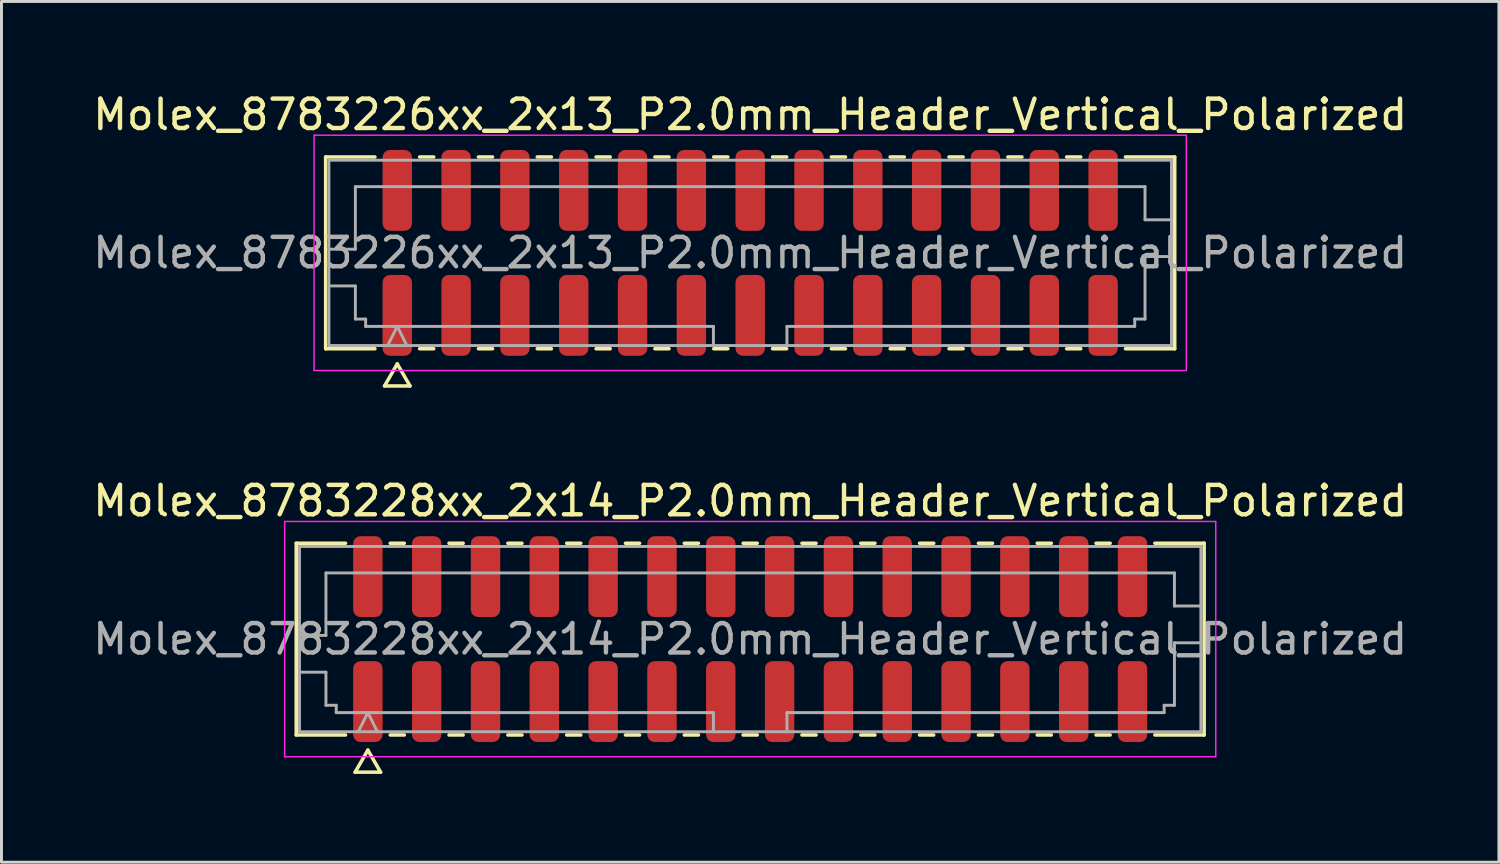
<source format=kicad_pcb>
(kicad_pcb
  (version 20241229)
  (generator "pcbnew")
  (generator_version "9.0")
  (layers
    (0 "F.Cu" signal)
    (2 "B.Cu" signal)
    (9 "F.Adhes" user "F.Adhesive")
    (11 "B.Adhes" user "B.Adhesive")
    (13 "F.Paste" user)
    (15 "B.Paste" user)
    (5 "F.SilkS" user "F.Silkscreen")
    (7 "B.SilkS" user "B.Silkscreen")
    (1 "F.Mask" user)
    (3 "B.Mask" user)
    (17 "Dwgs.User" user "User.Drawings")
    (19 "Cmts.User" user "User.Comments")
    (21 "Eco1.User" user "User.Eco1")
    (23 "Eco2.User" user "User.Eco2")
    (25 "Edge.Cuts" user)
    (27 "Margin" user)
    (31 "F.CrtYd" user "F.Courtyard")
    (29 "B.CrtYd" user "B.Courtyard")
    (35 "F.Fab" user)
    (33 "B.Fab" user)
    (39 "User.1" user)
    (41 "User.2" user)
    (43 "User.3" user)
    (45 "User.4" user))
  (footprint "Molex_8783228xx_2x14_P2.0mm_Header_Vertical_Polarized"
    (layer "F.Cu")
    (at 22.458 18.681)
    (property "Reference" "Molex_8783228xx_2x14_P2.0mm_Header_Vertical_Polarized" (at 0 -4.7 0) (layer "F.SilkS") (effects (font (size 1 1) (thickness 0.15))))
    (attr smd)
    (fp_line (start -15.435 -3.26) (end -13.76 -3.26) (stroke (width 0.12) (type solid)) (layer "F.SilkS"))
    (fp_line (start -15.435 3.26) (end -15.435 -3.26) (stroke (width 0.12) (type solid)) (layer "F.SilkS"))
    (fp_line (start -13.76 3.26) (end -15.435 3.26) (stroke (width 0.12) (type solid)) (layer "F.SilkS"))
    (fp_line (start -13.433 4.525) (end -13 3.775) (stroke (width 0.12) (type solid)) (layer "F.SilkS"))
    (fp_line (start -13 3.775) (end -12.567 4.525) (stroke (width 0.12) (type solid)) (layer "F.SilkS"))
    (fp_line (start -12.567 4.525) (end -13.433 4.525) (stroke (width 0.12) (type solid)) (layer "F.SilkS"))
    (fp_line (start -12.24 -3.26) (end -11.76 -3.26) (stroke (width 0.12) (type solid)) (layer "F.SilkS"))
    (fp_line (start -11.76 3.26) (end -12.24 3.26) (stroke (width 0.12) (type solid)) (layer "F.SilkS"))
    (fp_line (start -10.24 -3.26) (end -9.76 -3.26) (stroke (width 0.12) (type solid)) (layer "F.SilkS"))
    (fp_line (start -9.76 3.26) (end -10.24 3.26) (stroke (width 0.12) (type solid)) (layer "F.SilkS"))
    (fp_line (start -8.24 -3.26) (end -7.76 -3.26) (stroke (width 0.12) (type solid)) (layer "F.SilkS"))
    (fp_line (start -7.76 3.26) (end -8.24 3.26) (stroke (width 0.12) (type solid)) (layer "F.SilkS"))
    (fp_line (start -6.24 -3.26) (end -5.76 -3.26) (stroke (width 0.12) (type solid)) (layer "F.SilkS"))
    (fp_line (start -5.76 3.26) (end -6.24 3.26) (stroke (width 0.12) (type solid)) (layer "F.SilkS"))
    (fp_line (start -4.24 -3.26) (end -3.76 -3.26) (stroke (width 0.12) (type solid)) (layer "F.SilkS"))
    (fp_line (start -3.76 3.26) (end -4.24 3.26) (stroke (width 0.12) (type solid)) (layer "F.SilkS"))
    (fp_line (start -2.24 -3.26) (end -1.76 -3.26) (stroke (width 0.12) (type solid)) (layer "F.SilkS"))
    (fp_line (start -1.76 3.26) (end -2.24 3.26) (stroke (width 0.12) (type solid)) (layer "F.SilkS"))
    (fp_line (start -0.24 -3.26) (end 0.24 -3.26) (stroke (width 0.12) (type solid)) (layer "F.SilkS"))
    (fp_line (start 0.24 3.26) (end -0.24 3.26) (stroke (width 0.12) (type solid)) (layer "F.SilkS"))
    (fp_line (start 1.76 -3.26) (end 2.24 -3.26) (stroke (width 0.12) (type solid)) (layer "F.SilkS"))
    (fp_line (start 2.24 3.26) (end 1.76 3.26) (stroke (width 0.12) (type solid)) (layer "F.SilkS"))
    (fp_line (start 3.76 -3.26) (end 4.24 -3.26) (stroke (width 0.12) (type solid)) (layer "F.SilkS"))
    (fp_line (start 4.24 3.26) (end 3.76 3.26) (stroke (width 0.12) (type solid)) (layer "F.SilkS"))
    (fp_line (start 5.76 -3.26) (end 6.24 -3.26) (stroke (width 0.12) (type solid)) (layer "F.SilkS"))
    (fp_line (start 6.24 3.26) (end 5.76 3.26) (stroke (width 0.12) (type solid)) (layer "F.SilkS"))
    (fp_line (start 7.76 -3.26) (end 8.24 -3.26) (stroke (width 0.12) (type solid)) (layer "F.SilkS"))
    (fp_line (start 8.24 3.26) (end 7.76 3.26) (stroke (width 0.12) (type solid)) (layer "F.SilkS"))
    (fp_line (start 9.76 -3.26) (end 10.24 -3.26) (stroke (width 0.12) (type solid)) (layer "F.SilkS"))
    (fp_line (start 10.24 3.26) (end 9.76 3.26) (stroke (width 0.12) (type solid)) (layer "F.SilkS"))
    (fp_line (start 11.76 -3.26) (end 12.24 -3.26) (stroke (width 0.12) (type solid)) (layer "F.SilkS"))
    (fp_line (start 12.24 3.26) (end 11.76 3.26) (stroke (width 0.12) (type solid)) (layer "F.SilkS"))
    (fp_line (start 13.76 -3.26) (end 15.435 -3.26) (stroke (width 0.12) (type solid)) (layer "F.SilkS"))
    (fp_line (start 15.435 -3.26) (end 15.435 3.26) (stroke (width 0.12) (type solid)) (layer "F.SilkS"))
    (fp_line (start 15.435 3.26) (end 13.76 3.26) (stroke (width 0.12) (type solid)) (layer "F.SilkS"))
    (fp_line (start -15.83 -4) (end -15.83 4) (stroke (width 0.05) (type solid)) (layer "F.CrtYd"))
    (fp_line (start -15.83 4) (end 15.83 4) (stroke (width 0.05) (type solid)) (layer "F.CrtYd"))
    (fp_line (start 15.83 -4) (end -15.83 -4) (stroke (width 0.05) (type solid)) (layer "F.CrtYd"))
    (fp_line (start 15.83 4) (end 15.83 -4) (stroke (width 0.05) (type solid)) (layer "F.CrtYd"))
    (fp_line (start -15.325 -3.15) (end 15.325 -3.15) (stroke (width 0.1) (type solid)) (layer "F.Fab"))
    (fp_line (start -15.325 -0.125) (end -14.425 -0.125) (stroke (width 0.1) (type solid)) (layer "F.Fab"))
    (fp_line (start -15.325 1.125) (end -14.425 1.125) (stroke (width 0.1) (type solid)) (layer "F.Fab"))
    (fp_line (start -15.325 3.15) (end -15.325 -3.15) (stroke (width 0.1) (type solid)) (layer "F.Fab"))
    (fp_line (start -14.425 -2.25) (end 14.425 -2.25) (stroke (width 0.1) (type solid)) (layer "F.Fab"))
    (fp_line (start -14.425 -0.125) (end -14.425 -2.25) (stroke (width 0.1) (type solid)) (layer "F.Fab"))
    (fp_line (start -14.425 1.125) (end -14.425 2.25) (stroke (width 0.1) (type solid)) (layer "F.Fab"))
    (fp_line (start -14.425 2.25) (end -14.075 2.25) (stroke (width 0.1) (type solid)) (layer "F.Fab"))
    (fp_line (start -14.075 2.25) (end -14.075 2.5) (stroke (width 0.1) (type solid)) (layer "F.Fab"))
    (fp_line (start -14.075 2.5) (end -1.25 2.5) (stroke (width 0.1) (type solid)) (layer "F.Fab"))
    (fp_line (start -13.325 3.15) (end -13 2.5) (stroke (width 0.1) (type solid)) (layer "F.Fab"))
    (fp_line (start -13 2.5) (end -12.675 3.15) (stroke (width 0.1) (type solid)) (layer "F.Fab"))
    (fp_line (start -1.25 2.5) (end -1.25 3.15) (stroke (width 0.1) (type solid)) (layer "F.Fab"))
    (fp_line (start 1.25 2.5) (end 1.25 3.15) (stroke (width 0.1) (type solid)) (layer "F.Fab"))
    (fp_line (start 1.25 2.5) (end 14.075 2.5) (stroke (width 0.1) (type solid)) (layer "F.Fab"))
    (fp_line (start 14.075 2.25) (end 14.425 2.25) (stroke (width 0.1) (type solid)) (layer "F.Fab"))
    (fp_line (start 14.075 2.5) (end 14.075 2.25) (stroke (width 0.1) (type solid)) (layer "F.Fab"))
    (fp_line (start 14.425 -2.25) (end 14.425 -1.125) (stroke (width 0.1) (type solid)) (layer "F.Fab"))
    (fp_line (start 14.425 -1.125) (end 15.325 -1.125) (stroke (width 0.1) (type solid)) (layer "F.Fab"))
    (fp_line (start 14.425 0.125) (end 15.325 0.125) (stroke (width 0.1) (type solid)) (layer "F.Fab"))
    (fp_line (start 14.425 2.25) (end 14.425 0.125) (stroke (width 0.1) (type solid)) (layer "F.Fab"))
    (fp_line (start 15.325 -3.15) (end 15.325 3.15) (stroke (width 0.1) (type solid)) (layer "F.Fab"))
    (fp_line (start 15.325 3.15) (end -15.325 3.15) (stroke (width 0.1) (type solid)) (layer "F.Fab"))
    (fp_text user "${REFERENCE}" (at 0 0 0) (layer "F.Fab") (effects (font (size 1 1) (thickness 0.15))))
    (pad "1" smd roundrect (at -13 2.125) (size 1 2.75) (layers "F.Cu" "F.Mask" "F.Paste") (roundrect_rratio 0.25))
    (pad "2" smd roundrect (at -13 -2.125) (size 1 2.75) (layers "F.Cu" "F.Mask" "F.Paste") (roundrect_rratio 0.25))
    (pad "3" smd roundrect (at -11 2.125) (size 1 2.75) (layers "F.Cu" "F.Mask" "F.Paste") (roundrect_rratio 0.25))
    (pad "4" smd roundrect (at -11 -2.125) (size 1 2.75) (layers "F.Cu" "F.Mask" "F.Paste") (roundrect_rratio 0.25))
    (pad "5" smd roundrect (at -9 2.125) (size 1 2.75) (layers "F.Cu" "F.Mask" "F.Paste") (roundrect_rratio 0.25))
    (pad "6" smd roundrect (at -9 -2.125) (size 1 2.75) (layers "F.Cu" "F.Mask" "F.Paste") (roundrect_rratio 0.25))
    (pad "7" smd roundrect (at -7 2.125) (size 1 2.75) (layers "F.Cu" "F.Mask" "F.Paste") (roundrect_rratio 0.25))
    (pad "8" smd roundrect (at -7 -2.125) (size 1 2.75) (layers "F.Cu" "F.Mask" "F.Paste") (roundrect_rratio 0.25))
    (pad "9" smd roundrect (at -5 2.125) (size 1 2.75) (layers "F.Cu" "F.Mask" "F.Paste") (roundrect_rratio 0.25))
    (pad "10" smd roundrect (at -5 -2.125) (size 1 2.75) (layers "F.Cu" "F.Mask" "F.Paste") (roundrect_rratio 0.25))
    (pad "11" smd roundrect (at -3 2.125) (size 1 2.75) (layers "F.Cu" "F.Mask" "F.Paste") (roundrect_rratio 0.25))
    (pad "12" smd roundrect (at -3 -2.125) (size 1 2.75) (layers "F.Cu" "F.Mask" "F.Paste") (roundrect_rratio 0.25))
    (pad "13" smd roundrect (at -1 2.125) (size 1 2.75) (layers "F.Cu" "F.Mask" "F.Paste") (roundrect_rratio 0.25))
    (pad "14" smd roundrect (at -1 -2.125) (size 1 2.75) (layers "F.Cu" "F.Mask" "F.Paste") (roundrect_rratio 0.25))
    (pad "15" smd roundrect (at 1 2.125) (size 1 2.75) (layers "F.Cu" "F.Mask" "F.Paste") (roundrect_rratio 0.25))
    (pad "16" smd roundrect (at 1 -2.125) (size 1 2.75) (layers "F.Cu" "F.Mask" "F.Paste") (roundrect_rratio 0.25))
    (pad "17" smd roundrect (at 3 2.125) (size 1 2.75) (layers "F.Cu" "F.Mask" "F.Paste") (roundrect_rratio 0.25))
    (pad "18" smd roundrect (at 3 -2.125) (size 1 2.75) (layers "F.Cu" "F.Mask" "F.Paste") (roundrect_rratio 0.25))
    (pad "19" smd roundrect (at 5 2.125) (size 1 2.75) (layers "F.Cu" "F.Mask" "F.Paste") (roundrect_rratio 0.25))
    (pad "20" smd roundrect (at 5 -2.125) (size 1 2.75) (layers "F.Cu" "F.Mask" "F.Paste") (roundrect_rratio 0.25))
    (pad "21" smd roundrect (at 7 2.125) (size 1 2.75) (layers "F.Cu" "F.Mask" "F.Paste") (roundrect_rratio 0.25))
    (pad "22" smd roundrect (at 7 -2.125) (size 1 2.75) (layers "F.Cu" "F.Mask" "F.Paste") (roundrect_rratio 0.25))
    (pad "23" smd roundrect (at 9 2.125) (size 1 2.75) (layers "F.Cu" "F.Mask" "F.Paste") (roundrect_rratio 0.25))
    (pad "24" smd roundrect (at 9 -2.125) (size 1 2.75) (layers "F.Cu" "F.Mask" "F.Paste") (roundrect_rratio 0.25))
    (pad "25" smd roundrect (at 11 2.125) (size 1 2.75) (layers "F.Cu" "F.Mask" "F.Paste") (roundrect_rratio 0.25))
    (pad "26" smd roundrect (at 11 -2.125) (size 1 2.75) (layers "F.Cu" "F.Mask" "F.Paste") (roundrect_rratio 0.25))
    (pad "27" smd roundrect (at 13 2.125) (size 1 2.75) (layers "F.Cu" "F.Mask" "F.Paste") (roundrect_rratio 0.25))
    (pad "28" smd roundrect (at 13 -2.125) (size 1 2.75) (layers "F.Cu" "F.Mask" "F.Paste") (roundrect_rratio 0.25)))
  (footprint "Molex_8783226xx_2x13_P2.0mm_Header_Vertical_Polarized"
    (layer "F.Cu")
    (at 22.458 5.548)
    (property "Reference" "Molex_8783226xx_2x13_P2.0mm_Header_Vertical_Polarized" (at 0 -4.7 0) (layer "F.SilkS") (effects (font (size 1 1) (thickness 0.15))))
    (attr smd)
    (fp_line (start -14.435 -3.26) (end -12.76 -3.26) (stroke (width 0.12) (type solid)) (layer "F.SilkS"))
    (fp_line (start -14.435 3.26) (end -14.435 -3.26) (stroke (width 0.12) (type solid)) (layer "F.SilkS"))
    (fp_line (start -12.76 3.26) (end -14.435 3.26) (stroke (width 0.12) (type solid)) (layer "F.SilkS"))
    (fp_line (start -12.433 4.525) (end -12 3.775) (stroke (width 0.12) (type solid)) (layer "F.SilkS"))
    (fp_line (start -12 3.775) (end -11.567 4.525) (stroke (width 0.12) (type solid)) (layer "F.SilkS"))
    (fp_line (start -11.567 4.525) (end -12.433 4.525) (stroke (width 0.12) (type solid)) (layer "F.SilkS"))
    (fp_line (start -11.24 -3.26) (end -10.76 -3.26) (stroke (width 0.12) (type solid)) (layer "F.SilkS"))
    (fp_line (start -10.76 3.26) (end -11.24 3.26) (stroke (width 0.12) (type solid)) (layer "F.SilkS"))
    (fp_line (start -9.24 -3.26) (end -8.76 -3.26) (stroke (width 0.12) (type solid)) (layer "F.SilkS"))
    (fp_line (start -8.76 3.26) (end -9.24 3.26) (stroke (width 0.12) (type solid)) (layer "F.SilkS"))
    (fp_line (start -7.24 -3.26) (end -6.76 -3.26) (stroke (width 0.12) (type solid)) (layer "F.SilkS"))
    (fp_line (start -6.76 3.26) (end -7.24 3.26) (stroke (width 0.12) (type solid)) (layer "F.SilkS"))
    (fp_line (start -5.24 -3.26) (end -4.76 -3.26) (stroke (width 0.12) (type solid)) (layer "F.SilkS"))
    (fp_line (start -4.76 3.26) (end -5.24 3.26) (stroke (width 0.12) (type solid)) (layer "F.SilkS"))
    (fp_line (start -3.24 -3.26) (end -2.76 -3.26) (stroke (width 0.12) (type solid)) (layer "F.SilkS"))
    (fp_line (start -2.76 3.26) (end -3.24 3.26) (stroke (width 0.12) (type solid)) (layer "F.SilkS"))
    (fp_line (start -1.24 -3.26) (end -0.76 -3.26) (stroke (width 0.12) (type solid)) (layer "F.SilkS"))
    (fp_line (start -0.76 3.26) (end -1.24 3.26) (stroke (width 0.12) (type solid)) (layer "F.SilkS"))
    (fp_line (start 0.76 -3.26) (end 1.24 -3.26) (stroke (width 0.12) (type solid)) (layer "F.SilkS"))
    (fp_line (start 1.24 3.26) (end 0.76 3.26) (stroke (width 0.12) (type solid)) (layer "F.SilkS"))
    (fp_line (start 2.76 -3.26) (end 3.24 -3.26) (stroke (width 0.12) (type solid)) (layer "F.SilkS"))
    (fp_line (start 3.24 3.26) (end 2.76 3.26) (stroke (width 0.12) (type solid)) (layer "F.SilkS"))
    (fp_line (start 4.76 -3.26) (end 5.24 -3.26) (stroke (width 0.12) (type solid)) (layer "F.SilkS"))
    (fp_line (start 5.24 3.26) (end 4.76 3.26) (stroke (width 0.12) (type solid)) (layer "F.SilkS"))
    (fp_line (start 6.76 -3.26) (end 7.24 -3.26) (stroke (width 0.12) (type solid)) (layer "F.SilkS"))
    (fp_line (start 7.24 3.26) (end 6.76 3.26) (stroke (width 0.12) (type solid)) (layer "F.SilkS"))
    (fp_line (start 8.76 -3.26) (end 9.24 -3.26) (stroke (width 0.12) (type solid)) (layer "F.SilkS"))
    (fp_line (start 9.24 3.26) (end 8.76 3.26) (stroke (width 0.12) (type solid)) (layer "F.SilkS"))
    (fp_line (start 10.76 -3.26) (end 11.24 -3.26) (stroke (width 0.12) (type solid)) (layer "F.SilkS"))
    (fp_line (start 11.24 3.26) (end 10.76 3.26) (stroke (width 0.12) (type solid)) (layer "F.SilkS"))
    (fp_line (start 12.76 -3.26) (end 14.435 -3.26) (stroke (width 0.12) (type solid)) (layer "F.SilkS"))
    (fp_line (start 14.435 -3.26) (end 14.435 3.26) (stroke (width 0.12) (type solid)) (layer "F.SilkS"))
    (fp_line (start 14.435 3.26) (end 12.76 3.26) (stroke (width 0.12) (type solid)) (layer "F.SilkS"))
    (fp_line (start -14.83 -4) (end -14.83 4) (stroke (width 0.05) (type solid)) (layer "F.CrtYd"))
    (fp_line (start -14.83 4) (end 14.83 4) (stroke (width 0.05) (type solid)) (layer "F.CrtYd"))
    (fp_line (start 14.83 -4) (end -14.83 -4) (stroke (width 0.05) (type solid)) (layer "F.CrtYd"))
    (fp_line (start 14.83 4) (end 14.83 -4) (stroke (width 0.05) (type solid)) (layer "F.CrtYd"))
    (fp_line (start -14.325 -3.15) (end 14.325 -3.15) (stroke (width 0.1) (type solid)) (layer "F.Fab"))
    (fp_line (start -14.325 -0.125) (end -13.425 -0.125) (stroke (width 0.1) (type solid)) (layer "F.Fab"))
    (fp_line (start -14.325 1.125) (end -13.425 1.125) (stroke (width 0.1) (type solid)) (layer "F.Fab"))
    (fp_line (start -14.325 3.15) (end -14.325 -3.15) (stroke (width 0.1) (type solid)) (layer "F.Fab"))
    (fp_line (start -13.425 -2.25) (end 13.425 -2.25) (stroke (width 0.1) (type solid)) (layer "F.Fab"))
    (fp_line (start -13.425 -0.125) (end -13.425 -2.25) (stroke (width 0.1) (type solid)) (layer "F.Fab"))
    (fp_line (start -13.425 1.125) (end -13.425 2.25) (stroke (width 0.1) (type solid)) (layer "F.Fab"))
    (fp_line (start -13.425 2.25) (end -13.075 2.25) (stroke (width 0.1) (type solid)) (layer "F.Fab"))
    (fp_line (start -13.075 2.25) (end -13.075 2.5) (stroke (width 0.1) (type solid)) (layer "F.Fab"))
    (fp_line (start -13.075 2.5) (end -1.25 2.5) (stroke (width 0.1) (type solid)) (layer "F.Fab"))
    (fp_line (start -12.325 3.15) (end -12 2.5) (stroke (width 0.1) (type solid)) (layer "F.Fab"))
    (fp_line (start -12 2.5) (end -11.675 3.15) (stroke (width 0.1) (type solid)) (layer "F.Fab"))
    (fp_line (start -1.25 2.5) (end -1.25 3.15) (stroke (width 0.1) (type solid)) (layer "F.Fab"))
    (fp_line (start 1.25 2.5) (end 1.25 3.15) (stroke (width 0.1) (type solid)) (layer "F.Fab"))
    (fp_line (start 1.25 2.5) (end 13.075 2.5) (stroke (width 0.1) (type solid)) (layer "F.Fab"))
    (fp_line (start 13.075 2.25) (end 13.425 2.25) (stroke (width 0.1) (type solid)) (layer "F.Fab"))
    (fp_line (start 13.075 2.5) (end 13.075 2.25) (stroke (width 0.1) (type solid)) (layer "F.Fab"))
    (fp_line (start 13.425 -2.25) (end 13.425 -1.125) (stroke (width 0.1) (type solid)) (layer "F.Fab"))
    (fp_line (start 13.425 -1.125) (end 14.325 -1.125) (stroke (width 0.1) (type solid)) (layer "F.Fab"))
    (fp_line (start 13.425 0.125) (end 14.325 0.125) (stroke (width 0.1) (type solid)) (layer "F.Fab"))
    (fp_line (start 13.425 2.25) (end 13.425 0.125) (stroke (width 0.1) (type solid)) (layer "F.Fab"))
    (fp_line (start 14.325 -3.15) (end 14.325 3.15) (stroke (width 0.1) (type solid)) (layer "F.Fab"))
    (fp_line (start 14.325 3.15) (end -14.325 3.15) (stroke (width 0.1) (type solid)) (layer "F.Fab"))
    (fp_text user "${REFERENCE}" (at 0 0 0) (layer "F.Fab") (effects (font (size 1 1) (thickness 0.15))))
    (pad "1" smd roundrect (at -12 2.125) (size 1 2.75) (layers "F.Cu" "F.Mask" "F.Paste") (roundrect_rratio 0.25))
    (pad "2" smd roundrect (at -12 -2.125) (size 1 2.75) (layers "F.Cu" "F.Mask" "F.Paste") (roundrect_rratio 0.25))
    (pad "3" smd roundrect (at -10 2.125) (size 1 2.75) (layers "F.Cu" "F.Mask" "F.Paste") (roundrect_rratio 0.25))
    (pad "4" smd roundrect (at -10 -2.125) (size 1 2.75) (layers "F.Cu" "F.Mask" "F.Paste") (roundrect_rratio 0.25))
    (pad "5" smd roundrect (at -8 2.125) (size 1 2.75) (layers "F.Cu" "F.Mask" "F.Paste") (roundrect_rratio 0.25))
    (pad "6" smd roundrect (at -8 -2.125) (size 1 2.75) (layers "F.Cu" "F.Mask" "F.Paste") (roundrect_rratio 0.25))
    (pad "7" smd roundrect (at -6 2.125) (size 1 2.75) (layers "F.Cu" "F.Mask" "F.Paste") (roundrect_rratio 0.25))
    (pad "8" smd roundrect (at -6 -2.125) (size 1 2.75) (layers "F.Cu" "F.Mask" "F.Paste") (roundrect_rratio 0.25))
    (pad "9" smd roundrect (at -4 2.125) (size 1 2.75) (layers "F.Cu" "F.Mask" "F.Paste") (roundrect_rratio 0.25))
    (pad "10" smd roundrect (at -4 -2.125) (size 1 2.75) (layers "F.Cu" "F.Mask" "F.Paste") (roundrect_rratio 0.25))
    (pad "11" smd roundrect (at -2 2.125) (size 1 2.75) (layers "F.Cu" "F.Mask" "F.Paste") (roundrect_rratio 0.25))
    (pad "12" smd roundrect (at -2 -2.125) (size 1 2.75) (layers "F.Cu" "F.Mask" "F.Paste") (roundrect_rratio 0.25))
    (pad "13" smd roundrect (at 0 2.125) (size 1 2.75) (layers "F.Cu" "F.Mask" "F.Paste") (roundrect_rratio 0.25))
    (pad "14" smd roundrect (at 0 -2.125) (size 1 2.75) (layers "F.Cu" "F.Mask" "F.Paste") (roundrect_rratio 0.25))
    (pad "15" smd roundrect (at 2 2.125) (size 1 2.75) (layers "F.Cu" "F.Mask" "F.Paste") (roundrect_rratio 0.25))
    (pad "16" smd roundrect (at 2 -2.125) (size 1 2.75) (layers "F.Cu" "F.Mask" "F.Paste") (roundrect_rratio 0.25))
    (pad "17" smd roundrect (at 4 2.125) (size 1 2.75) (layers "F.Cu" "F.Mask" "F.Paste") (roundrect_rratio 0.25))
    (pad "18" smd roundrect (at 4 -2.125) (size 1 2.75) (layers "F.Cu" "F.Mask" "F.Paste") (roundrect_rratio 0.25))
    (pad "19" smd roundrect (at 6 2.125) (size 1 2.75) (layers "F.Cu" "F.Mask" "F.Paste") (roundrect_rratio 0.25))
    (pad "20" smd roundrect (at 6 -2.125) (size 1 2.75) (layers "F.Cu" "F.Mask" "F.Paste") (roundrect_rratio 0.25))
    (pad "21" smd roundrect (at 8 2.125) (size 1 2.75) (layers "F.Cu" "F.Mask" "F.Paste") (roundrect_rratio 0.25))
    (pad "22" smd roundrect (at 8 -2.125) (size 1 2.75) (layers "F.Cu" "F.Mask" "F.Paste") (roundrect_rratio 0.25))
    (pad "23" smd roundrect (at 10 2.125) (size 1 2.75) (layers "F.Cu" "F.Mask" "F.Paste") (roundrect_rratio 0.25))
    (pad "24" smd roundrect (at 10 -2.125) (size 1 2.75) (layers "F.Cu" "F.Mask" "F.Paste") (roundrect_rratio 0.25))
    (pad "25" smd roundrect (at 12 2.125) (size 1 2.75) (layers "F.Cu" "F.Mask" "F.Paste") (roundrect_rratio 0.25))
    (pad "26" smd roundrect (at 12 -2.125) (size 1 2.75) (layers "F.Cu" "F.Mask" "F.Paste") (roundrect_rratio 0.25)))
  (gr_rect
    (start -3 -3)
    (end 47.917 26.267)
    (stroke (width 0.1) (type default))
    (fill no)
    (layer "Edge.Cuts")))
</source>
